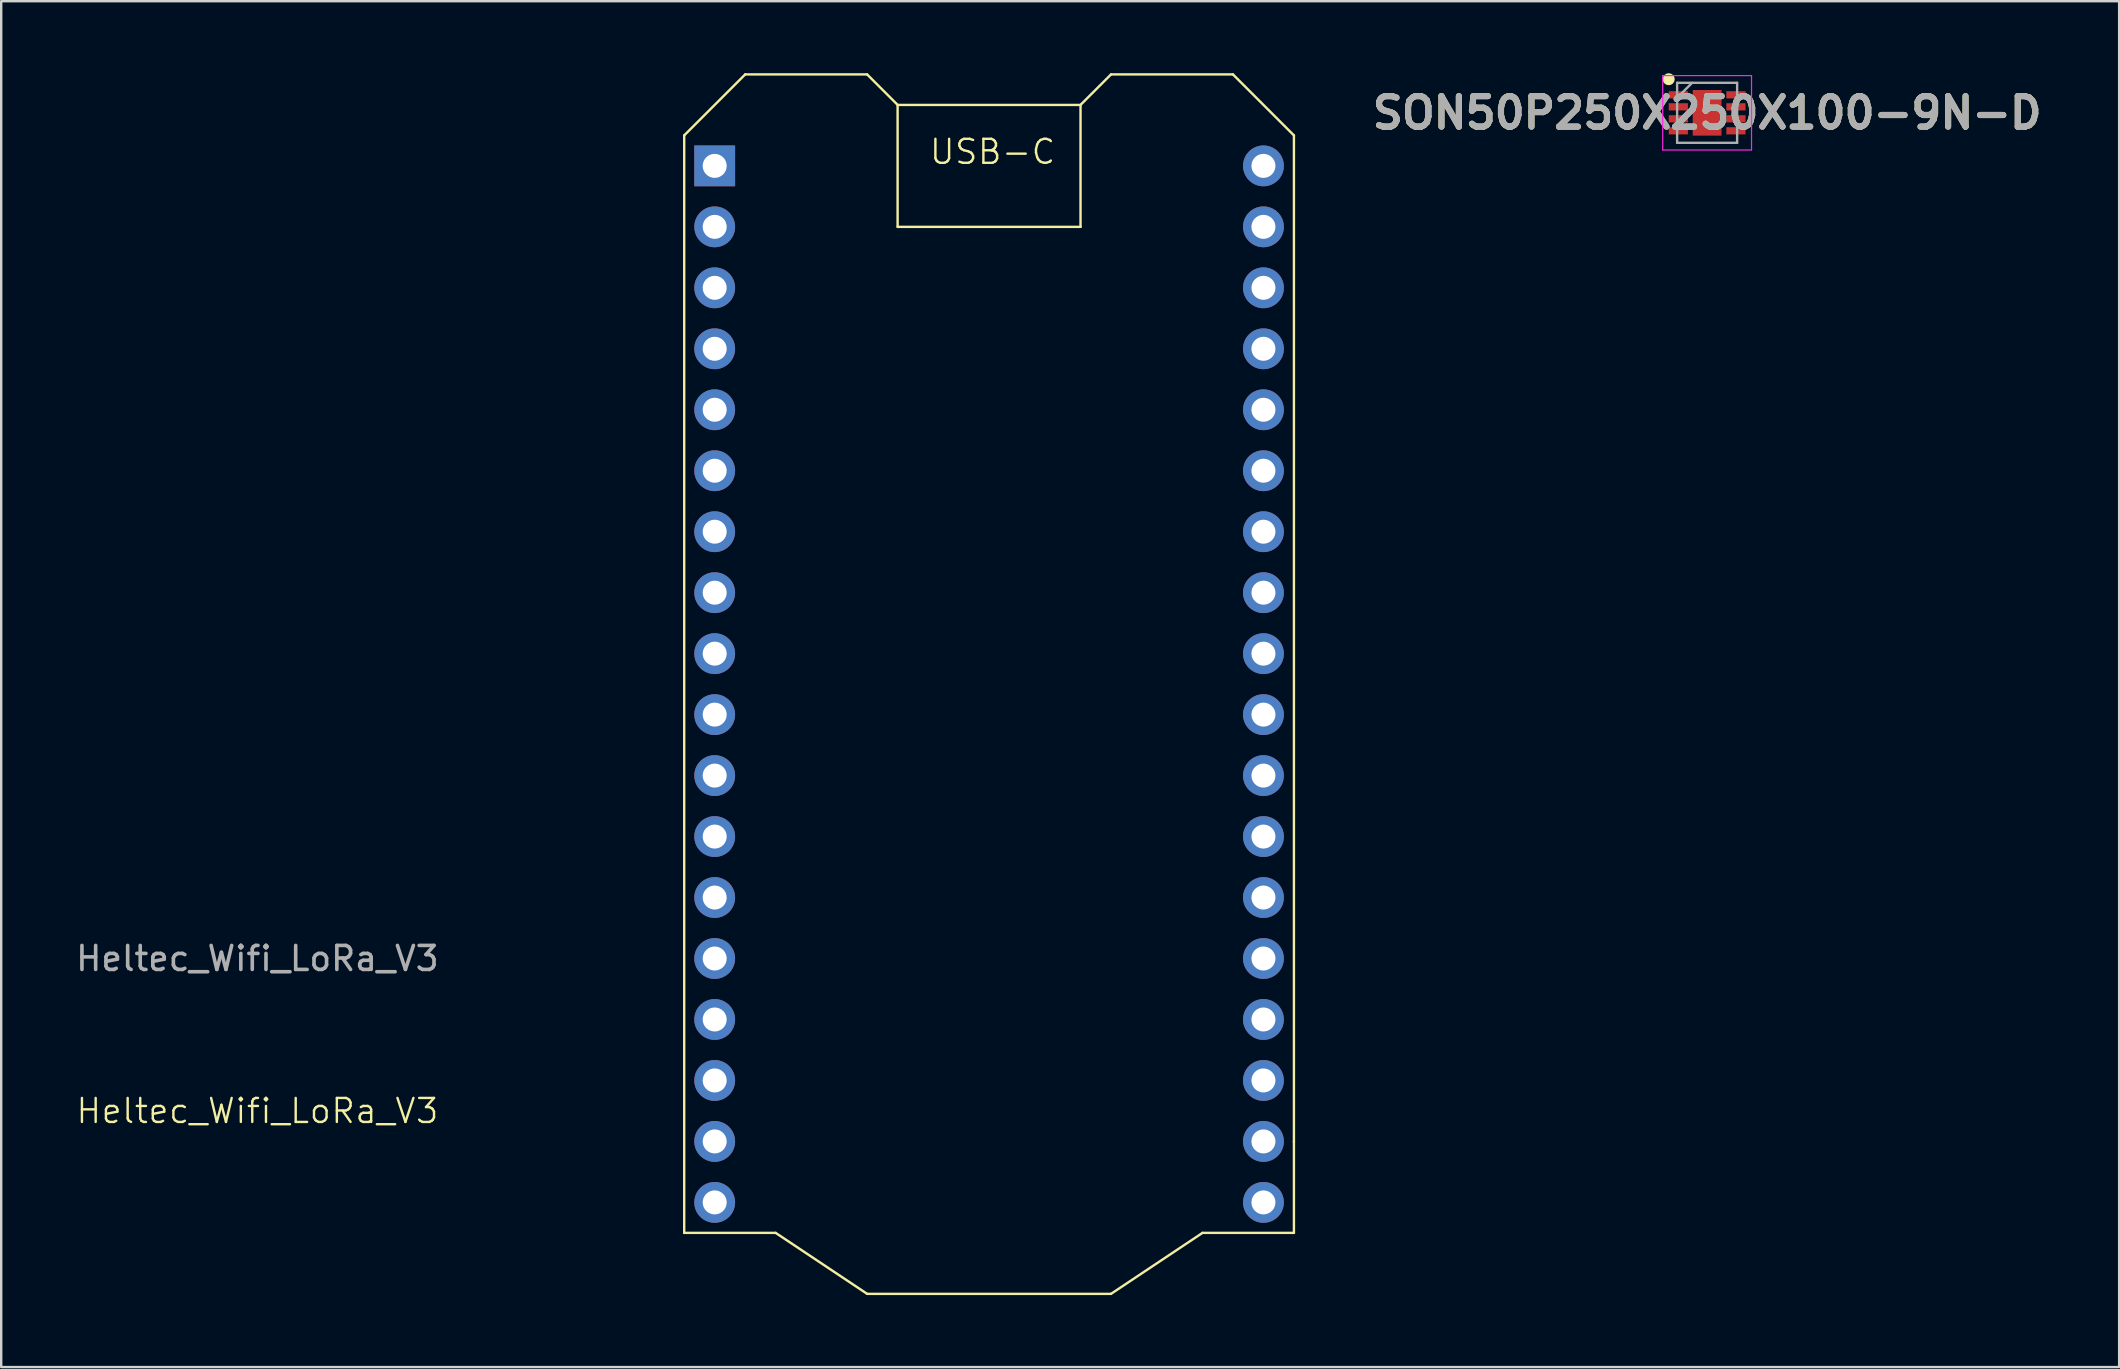
<source format=kicad_pcb>
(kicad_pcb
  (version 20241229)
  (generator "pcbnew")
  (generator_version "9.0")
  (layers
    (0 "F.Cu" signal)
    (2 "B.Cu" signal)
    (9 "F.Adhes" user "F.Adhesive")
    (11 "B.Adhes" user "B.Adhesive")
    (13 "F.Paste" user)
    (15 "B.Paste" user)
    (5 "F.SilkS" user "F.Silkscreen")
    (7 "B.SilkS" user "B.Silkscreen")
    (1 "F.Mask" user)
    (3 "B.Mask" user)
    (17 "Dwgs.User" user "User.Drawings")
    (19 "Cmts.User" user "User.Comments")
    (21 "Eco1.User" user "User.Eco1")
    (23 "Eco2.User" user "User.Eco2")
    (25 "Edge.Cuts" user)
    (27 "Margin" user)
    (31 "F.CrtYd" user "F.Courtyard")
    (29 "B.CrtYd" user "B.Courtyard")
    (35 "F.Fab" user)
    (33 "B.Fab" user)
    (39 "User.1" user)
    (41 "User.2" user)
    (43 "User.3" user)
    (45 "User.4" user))
  (footprint "SON50P250X250X100-9N-D"
    (layer "F.Cu")
    (at 68.066 1.65)
    (property "Reference" "SON50P250X250X100-9N-D" (at 0 0 0) (layer "F.SilkS") (effects (font (size 1.27 1.27) (thickness 0.254))))
    (attr smd)
    (fp_circle (center -1.6 -1.4) (end -1.6 -1.275) (stroke (width 0.25) (type solid)) (fill no) (layer "F.SilkS"))
    (fp_line (start -1.85 -1.55) (end 1.85 -1.55) (stroke (width 0.05) (type solid)) (layer "F.CrtYd"))
    (fp_line (start -1.85 1.55) (end -1.85 -1.55) (stroke (width 0.05) (type solid)) (layer "F.CrtYd"))
    (fp_line (start 1.85 -1.55) (end 1.85 1.55) (stroke (width 0.05) (type solid)) (layer "F.CrtYd"))
    (fp_line (start 1.85 1.55) (end -1.85 1.55) (stroke (width 0.05) (type solid)) (layer "F.CrtYd"))
    (fp_line (start -1.25 -1.25) (end 1.25 -1.25) (stroke (width 0.1) (type solid)) (layer "F.Fab"))
    (fp_line (start -1.25 -0.625) (end -0.625 -1.25) (stroke (width 0.1) (type solid)) (layer "F.Fab"))
    (fp_line (start -1.25 1.25) (end -1.25 -1.25) (stroke (width 0.1) (type solid)) (layer "F.Fab"))
    (fp_line (start 1.25 -1.25) (end 1.25 1.25) (stroke (width 0.1) (type solid)) (layer "F.Fab"))
    (fp_line (start 1.25 1.25) (end -1.25 1.25) (stroke (width 0.1) (type solid)) (layer "F.Fab"))
    (fp_text user "${REFERENCE}" (at 0 0 0) (layer "F.Fab") (effects (font (size 1.27 1.27) (thickness 0.254))))
    (pad "1" smd rect (at -1.2 -0.75 90) (size 0.3 0.8) (layers "F.Cu" "F.Mask" "F.Paste"))
    (pad "2" smd rect (at -1.2 -0.25 90) (size 0.3 0.8) (layers "F.Cu" "F.Mask" "F.Paste"))
    (pad "3" smd rect (at -1.2 0.25 90) (size 0.3 0.8) (layers "F.Cu" "F.Mask" "F.Paste"))
    (pad "4" smd rect (at -1.2 0.75 90) (size 0.3 0.8) (layers "F.Cu" "F.Mask" "F.Paste"))
    (pad "5" smd rect (at 1.2 0.75 90) (size 0.3 0.8) (layers "F.Cu" "F.Mask" "F.Paste"))
    (pad "6" smd rect (at 1.2 0.25 90) (size 0.3 0.8) (layers "F.Cu" "F.Mask" "F.Paste"))
    (pad "7" smd rect (at 1.2 -0.25 90) (size 0.3 0.8) (layers "F.Cu" "F.Mask" "F.Paste"))
    (pad "8" smd rect (at 1.2 -0.75 90) (size 0.3 0.8) (layers "F.Cu" "F.Mask" "F.Paste"))
    (pad "9" smd rect (at 0 0) (size 1.2 1.9) (layers "F.Cu" "F.Mask" "F.Paste")))
  (footprint "Heltec_Wifi_LoRa_V3"
    (layer "F.Cu")
    (at 25.453 48.31)
    (property "Reference" "Heltec_Wifi_LoRa_V3" (at -17.78 -5.08 0) (unlocked yes) (layer "F.SilkS") (effects (font (size 1 1) (thickness 0.1))))
    (attr through_hole)
    (fp_line (start 0 -45.72) (end 0 0) (stroke (width 0.1) (type default)) (layer "F.SilkS"))
    (fp_line (start 0 0) (end 3.81 0) (stroke (width 0.1) (type default)) (layer "F.SilkS"))
    (fp_line (start 2.54 -48.26) (end 0 -45.72) (stroke (width 0.1) (type default)) (layer "F.SilkS"))
    (fp_line (start 3.81 0) (end 7.62 2.54) (stroke (width 0.1) (type default)) (layer "F.SilkS"))
    (fp_line (start 7.62 -48.26) (end 2.54 -48.26) (stroke (width 0.1) (type default)) (layer "F.SilkS"))
    (fp_line (start 7.62 2.54) (end 17.78 2.54) (stroke (width 0.1) (type default)) (layer "F.SilkS"))
    (fp_line (start 8.89 -46.99) (end 7.62 -48.26) (stroke (width 0.1) (type default)) (layer "F.SilkS"))
    (fp_line (start 8.89 -46.99) (end 8.89 -41.91) (stroke (width 0.1) (type default)) (layer "F.SilkS"))
    (fp_line (start 8.89 -41.91) (end 16.51 -41.91) (stroke (width 0.1) (type default)) (layer "F.SilkS"))
    (fp_line (start 16.51 -46.99) (end 8.89 -46.99) (stroke (width 0.1) (type default)) (layer "F.SilkS"))
    (fp_line (start 16.51 -46.99) (end 16.51 -41.91) (stroke (width 0.1) (type default)) (layer "F.SilkS"))
    (fp_line (start 17.78 -48.26) (end 16.51 -46.99) (stroke (width 0.1) (type default)) (layer "F.SilkS"))
    (fp_line (start 17.78 2.54) (end 21.59 0) (stroke (width 0.1) (type default)) (layer "F.SilkS"))
    (fp_line (start 21.59 0) (end 25.4 0) (stroke (width 0.1) (type default)) (layer "F.SilkS"))
    (fp_line (start 22.86 -48.26) (end 17.78 -48.26) (stroke (width 0.1) (type default)) (layer "F.SilkS"))
    (fp_line (start 25.4 -45.72) (end 22.86 -48.26) (stroke (width 0.1) (type default)) (layer "F.SilkS"))
    (fp_line (start 25.4 -3.81) (end 25.4 -45.72) (stroke (width 0.1) (type default)) (layer "F.SilkS"))
    (fp_line (start 25.4 0) (end 25.4 -3.81) (stroke (width 0.1) (type default)) (layer "F.SilkS"))
    (fp_text user "USB-C" (at 10.16 -44.45 0) (unlocked yes) (layer "F.SilkS") (effects (font (size 1 1) (thickness 0.1)) (justify left bottom)))
    (fp_text user "${REFERENCE}" (at -17.78 -11.43 0) (unlocked yes) (layer "F.Fab") (effects (font (size 1 1) (thickness 0.15))))
    (pad "1" thru_hole rect (at 1.27 -44.45 180) (size 1.7 1.7) (drill 1) (layers "*.Cu" "*.Mask"))
    (pad "2" thru_hole circle (at 1.27 -41.91 180) (size 1.7 1.7) (drill 1) (layers "*.Cu" "*.Mask"))
    (pad "3" thru_hole circle (at 1.27 -39.37 180) (size 1.7 1.7) (drill 1) (layers "*.Cu" "*.Mask"))
    (pad "4" thru_hole circle (at 1.27 -36.83 180) (size 1.7 1.7) (drill 1) (layers "*.Cu" "*.Mask"))
    (pad "5" thru_hole circle (at 1.27 -34.29 180) (size 1.7 1.7) (drill 1) (layers "*.Cu" "*.Mask"))
    (pad "6" thru_hole circle (at 1.27 -31.75 180) (size 1.7 1.7) (drill 1) (layers "*.Cu" "*.Mask"))
    (pad "7" thru_hole circle (at 1.27 -29.21 180) (size 1.7 1.7) (drill 1) (layers "*.Cu" "*.Mask"))
    (pad "8" thru_hole circle (at 1.27 -26.67 180) (size 1.7 1.7) (drill 1) (layers "*.Cu" "*.Mask"))
    (pad "9" thru_hole circle (at 1.27 -24.13 180) (size 1.7 1.7) (drill 1) (layers "*.Cu" "*.Mask"))
    (pad "10" thru_hole circle (at 1.27 -21.59 180) (size 1.7 1.7) (drill 1) (layers "*.Cu" "*.Mask"))
    (pad "11" thru_hole circle (at 1.27 -19.05 180) (size 1.7 1.7) (drill 1) (layers "*.Cu" "*.Mask"))
    (pad "12" thru_hole circle (at 1.27 -16.51 180) (size 1.7 1.7) (drill 1) (layers "*.Cu" "*.Mask"))
    (pad "13" thru_hole circle (at 1.27 -13.97 180) (size 1.7 1.7) (drill 1) (layers "*.Cu" "*.Mask"))
    (pad "14" thru_hole circle (at 1.27 -11.43 180) (size 1.7 1.7) (drill 1) (layers "*.Cu" "*.Mask"))
    (pad "15" thru_hole circle (at 1.27 -8.89 180) (size 1.7 1.7) (drill 1) (layers "*.Cu" "*.Mask"))
    (pad "16" thru_hole circle (at 1.27 -6.35 180) (size 1.7 1.7) (drill 1) (layers "*.Cu" "*.Mask"))
    (pad "17" thru_hole circle (at 1.27 -3.81 180) (size 1.7 1.7) (drill 1) (layers "*.Cu" "*.Mask"))
    (pad "18" thru_hole circle (at 1.27 -1.27 180) (size 1.7 1.7) (drill 1) (layers "*.Cu" "*.Mask"))
    (pad "19" thru_hole circle (at 24.13 -44.45 180) (size 1.7 1.7) (drill 1) (layers "*.Cu" "*.Mask"))
    (pad "20" thru_hole circle (at 24.13 -41.91 180) (size 1.7 1.7) (drill 1) (layers "*.Cu" "*.Mask"))
    (pad "21" thru_hole circle (at 24.13 -39.37 180) (size 1.7 1.7) (drill 1) (layers "*.Cu" "*.Mask"))
    (pad "22" thru_hole circle (at 24.13 -36.83 180) (size 1.7 1.7) (drill 1) (layers "*.Cu" "*.Mask"))
    (pad "23" thru_hole circle (at 24.13 -34.29 180) (size 1.7 1.7) (drill 1) (layers "*.Cu" "*.Mask"))
    (pad "24" thru_hole circle (at 24.13 -31.75 180) (size 1.7 1.7) (drill 1) (layers "*.Cu" "*.Mask"))
    (pad "25" thru_hole circle (at 24.13 -29.21 180) (size 1.7 1.7) (drill 1) (layers "*.Cu" "*.Mask"))
    (pad "26" thru_hole circle (at 24.13 -26.67 180) (size 1.7 1.7) (drill 1) (layers "*.Cu" "*.Mask"))
    (pad "27" thru_hole circle (at 24.13 -24.13 180) (size 1.7 1.7) (drill 1) (layers "*.Cu" "*.Mask"))
    (pad "28" thru_hole circle (at 24.13 -21.59 180) (size 1.7 1.7) (drill 1) (layers "*.Cu" "*.Mask"))
    (pad "29" thru_hole circle (at 24.13 -19.05 180) (size 1.7 1.7) (drill 1) (layers "*.Cu" "*.Mask"))
    (pad "30" thru_hole circle (at 24.13 -16.51 180) (size 1.7 1.7) (drill 1) (layers "*.Cu" "*.Mask"))
    (pad "31" thru_hole circle (at 24.13 -13.97 180) (size 1.7 1.7) (drill 1) (layers "*.Cu" "*.Mask"))
    (pad "32" thru_hole circle (at 24.13 -11.43 180) (size 1.7 1.7) (drill 1) (layers "*.Cu" "*.Mask"))
    (pad "33" thru_hole circle (at 24.13 -8.89 180) (size 1.7 1.7) (drill 1) (layers "*.Cu" "*.Mask"))
    (pad "34" thru_hole circle (at 24.13 -6.35 180) (size 1.7 1.7) (drill 1) (layers "*.Cu" "*.Mask"))
    (pad "35" thru_hole circle (at 24.13 -3.81 180) (size 1.7 1.7) (drill 1) (layers "*.Cu" "*.Mask"))
    (pad "36" thru_hole circle (at 24.13 -1.27 180) (size 1.7 1.7) (drill 1) (layers "*.Cu" "*.Mask")))
  (gr_rect
    (start -3 -3)
    (end 85.23 53.9)
    (stroke (width 0.1) (type default))
    (fill no)
    (layer "Edge.Cuts")))
</source>
